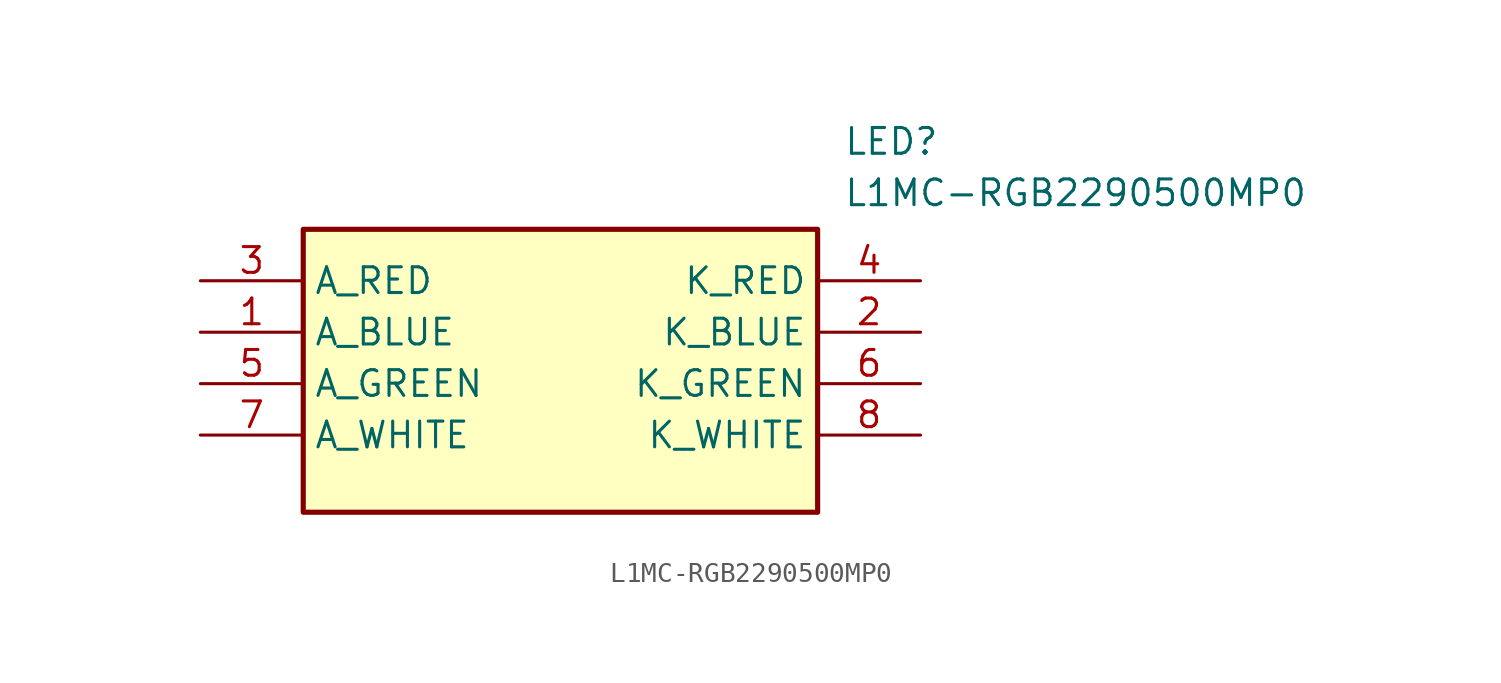
<source format=kicad_sym>
(kicad_symbol_lib
  (version 20241209)
  (generator "kicad_symbol_editor")
  (generator_version "9.0")
  (symbol "L1MC-RGB2290500MP0"
    (property "Reference" "LED"
      (at 31.75 7.62 0)
      (effects (font (size 1.27 1.27)) (justify left top)))
    (property "Value" "L1MC-RGB2290500MP0"
      (at 31.75 5.08 0)
      (effects (font (size 1.27 1.27)) (justify left top)))
    (symbol "L1MC-RGB2290500MP0_1_1"
      (rectangle (start 5.08 2.54) (end 30.48 -11.43) (stroke (width 0.254) (type default)) (fill (type background)))
      (pin power_in line (at 0 0 0) (length 5.08) (name "A_RED" (effects (font (size 1.27 1.27)))) (number "3" (effects (font (size 1.27 1.27)))))
      (pin power_in line (at 0 0 0) (length 5.08) (hide yes) (name "A_RED_2" (effects (font (size 1.27 1.27)))) (number "9" (effects (font (size 1.27 1.27)))))
      (pin power_in line (at 0 -2.54 0) (length 5.08) (name "A_BLUE" (effects (font (size 1.27 1.27)))) (number "1" (effects (font (size 1.27 1.27)))))
      (pin power_in line (at 0 -5.08 0) (length 5.08) (name "A_GREEN" (effects (font (size 1.27 1.27)))) (number "5" (effects (font (size 1.27 1.27)))))
      (pin power_in line (at 0 -7.62 0) (length 5.08) (name "A_WHITE" (effects (font (size 1.27 1.27)))) (number "7" (effects (font (size 1.27 1.27)))))
      (pin power_out line (at 35.56 0 180) (length 5.08) (name "K_RED" (effects (font (size 1.27 1.27)))) (number "4" (effects (font (size 1.27 1.27)))))
      (pin power_out line (at 35.56 -2.54 180) (length 5.08) (name "K_BLUE" (effects (font (size 1.27 1.27)))) (number "2" (effects (font (size 1.27 1.27)))))
      (pin power_out line (at 35.56 -5.08 180) (length 5.08) (name "K_GREEN" (effects (font (size 1.27 1.27)))) (number "6" (effects (font (size 1.27 1.27)))))
      (pin power_out line (at 35.56 -7.62 180) (length 5.08) (name "K_WHITE" (effects (font (size 1.27 1.27)))) (number "8" (effects (font (size 1.27 1.27))))))))
</source>
